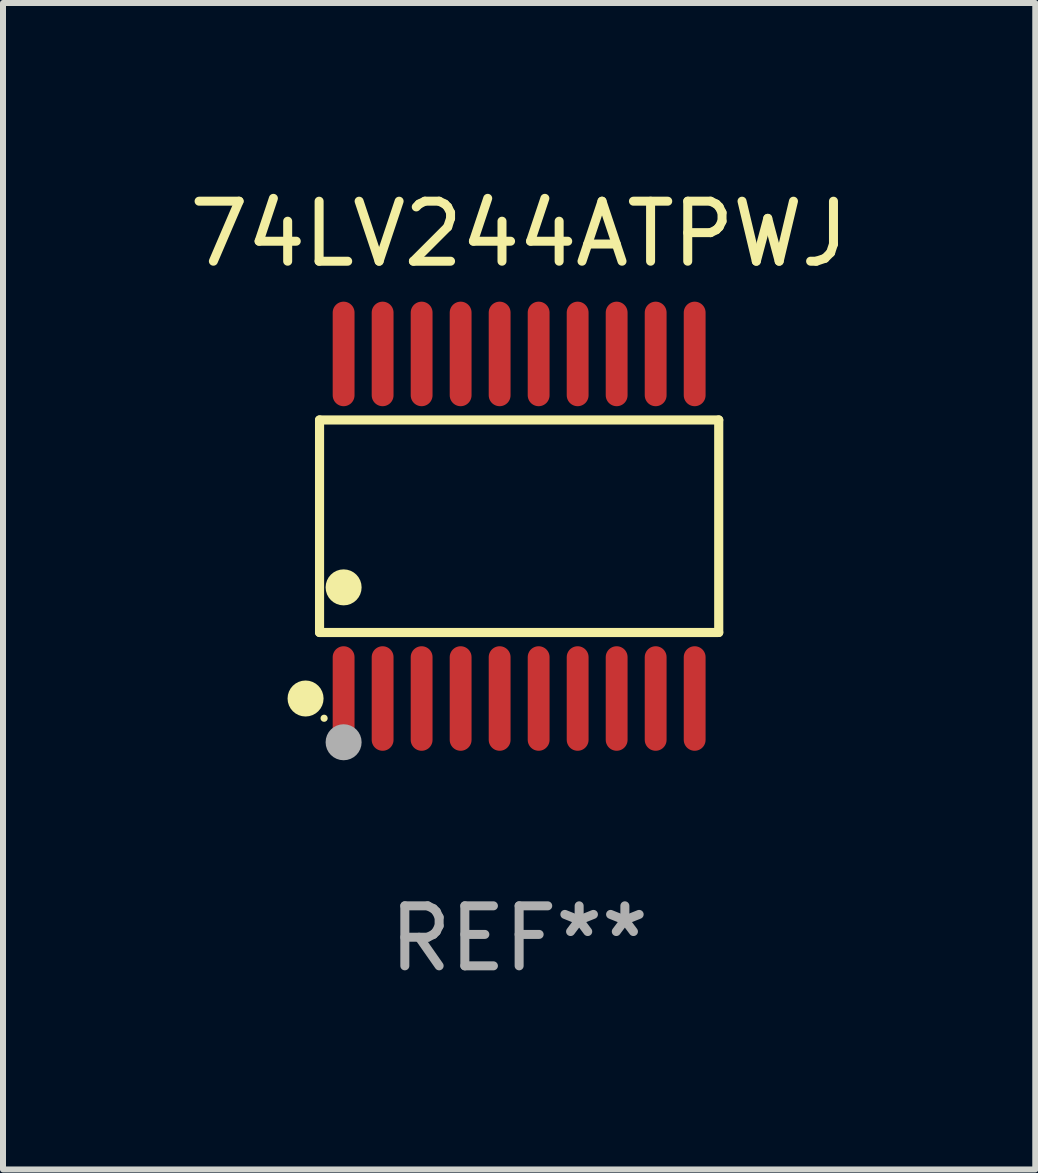
<source format=kicad_pcb>
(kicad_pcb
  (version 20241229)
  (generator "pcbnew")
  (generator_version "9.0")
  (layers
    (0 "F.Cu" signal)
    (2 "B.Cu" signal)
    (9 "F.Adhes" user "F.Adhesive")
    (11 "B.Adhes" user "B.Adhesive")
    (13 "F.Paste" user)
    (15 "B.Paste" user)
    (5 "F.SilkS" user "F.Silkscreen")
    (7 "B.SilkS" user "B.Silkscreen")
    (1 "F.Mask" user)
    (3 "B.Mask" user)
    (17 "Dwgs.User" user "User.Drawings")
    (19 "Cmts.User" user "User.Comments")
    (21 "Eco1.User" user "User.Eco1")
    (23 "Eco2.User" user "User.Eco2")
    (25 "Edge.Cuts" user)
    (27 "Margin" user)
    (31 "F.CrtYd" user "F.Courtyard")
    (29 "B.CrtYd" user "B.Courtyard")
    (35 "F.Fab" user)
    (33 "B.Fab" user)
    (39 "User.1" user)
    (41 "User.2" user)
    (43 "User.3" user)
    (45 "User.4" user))
  (footprint "74LV244ATPWJ"
    (layer "F.Cu")
    (at 5.601 5.719)
    (property "Reference" "74LV244ATPWJ" (at 0 -4.871 0) (layer "F.SilkS") (effects (font (size 1 1) (thickness 0.15))))
    (attr through_hole)
    (fp_line (start -3.326 -1.771) (end 3.326 -1.771) (stroke (width 0.152) (type solid)) (layer "F.SilkS"))
    (fp_line (start -3.326 1.771) (end -3.326 -1.771) (stroke (width 0.152) (type solid)) (layer "F.SilkS"))
    (fp_line (start 3.326 -1.771) (end 3.326 1.771) (stroke (width 0.152) (type solid)) (layer "F.SilkS"))
    (fp_line (start 3.326 1.771) (end -3.326 1.771) (stroke (width 0.152) (type solid)) (layer "F.SilkS"))
    (fp_circle (center -3.559 2.871) (end -3.409 2.871) (stroke (width 0.3) (type solid)) (fill no) (layer "F.SilkS"))
    (fp_circle (center -3.25 3.2) (end -3.22 3.2) (stroke (width 0.06) (type solid)) (fill no) (layer "F.SilkS"))
    (fp_circle (center -2.925 1.019) (end -2.775 1.019) (stroke (width 0.3) (type solid)) (fill no) (layer "F.SilkS"))
    (fp_circle (center -2.925 3.6) (end -2.775 3.6) (stroke (width 0.3) (type solid)) (fill no) (layer "F.Fab"))
    (fp_text user "REF**" (at 0 6.871 0) (layer "F.Fab") (effects (font (size 1 1) (thickness 0.15))))
    (pad "1" smd oval (at -2.925 2.871) (size 0.364 1.742) (layers "F.Cu" "F.Mask" "F.Paste"))
    (pad "2" smd oval (at -2.275 2.871) (size 0.364 1.742) (layers "F.Cu" "F.Mask" "F.Paste"))
    (pad "3" smd oval (at -1.625 2.871) (size 0.364 1.742) (layers "F.Cu" "F.Mask" "F.Paste"))
    (pad "4" smd oval (at -0.975 2.871) (size 0.364 1.742) (layers "F.Cu" "F.Mask" "F.Paste"))
    (pad "5" smd oval (at -0.325 2.871) (size 0.364 1.742) (layers "F.Cu" "F.Mask" "F.Paste"))
    (pad "6" smd oval (at 0.325 2.871) (size 0.364 1.742) (layers "F.Cu" "F.Mask" "F.Paste"))
    (pad "7" smd oval (at 0.975 2.871) (size 0.364 1.742) (layers "F.Cu" "F.Mask" "F.Paste"))
    (pad "8" smd oval (at 1.625 2.871) (size 0.364 1.742) (layers "F.Cu" "F.Mask" "F.Paste"))
    (pad "9" smd oval (at 2.275 2.871) (size 0.364 1.742) (layers "F.Cu" "F.Mask" "F.Paste"))
    (pad "10" smd oval (at 2.925 2.871) (size 0.364 1.742) (layers "F.Cu" "F.Mask" "F.Paste"))
    (pad "11" smd oval (at 2.925 -2.871) (size 0.364 1.742) (layers "F.Cu" "F.Mask" "F.Paste"))
    (pad "12" smd oval (at 2.275 -2.871) (size 0.364 1.742) (layers "F.Cu" "F.Mask" "F.Paste"))
    (pad "13" smd oval (at 1.625 -2.871) (size 0.364 1.742) (layers "F.Cu" "F.Mask" "F.Paste"))
    (pad "14" smd oval (at 0.975 -2.871) (size 0.364 1.742) (layers "F.Cu" "F.Mask" "F.Paste"))
    (pad "15" smd oval (at 0.325 -2.871) (size 0.364 1.742) (layers "F.Cu" "F.Mask" "F.Paste"))
    (pad "16" smd oval (at -0.325 -2.871) (size 0.364 1.742) (layers "F.Cu" "F.Mask" "F.Paste"))
    (pad "17" smd oval (at -0.975 -2.871) (size 0.364 1.742) (layers "F.Cu" "F.Mask" "F.Paste"))
    (pad "18" smd oval (at -1.625 -2.871) (size 0.364 1.742) (layers "F.Cu" "F.Mask" "F.Paste"))
    (pad "19" smd oval (at -2.275 -2.871) (size 0.364 1.742) (layers "F.Cu" "F.Mask" "F.Paste"))
    (pad "20" smd oval (at -2.925 -2.871) (size 0.364 1.742) (layers "F.Cu" "F.Mask" "F.Paste")))
  (gr_rect
    (start -3 -3)
    (end 14.202 16.438)
    (stroke (width 0.1) (type default))
    (fill no)
    (layer "Edge.Cuts")))
</source>
